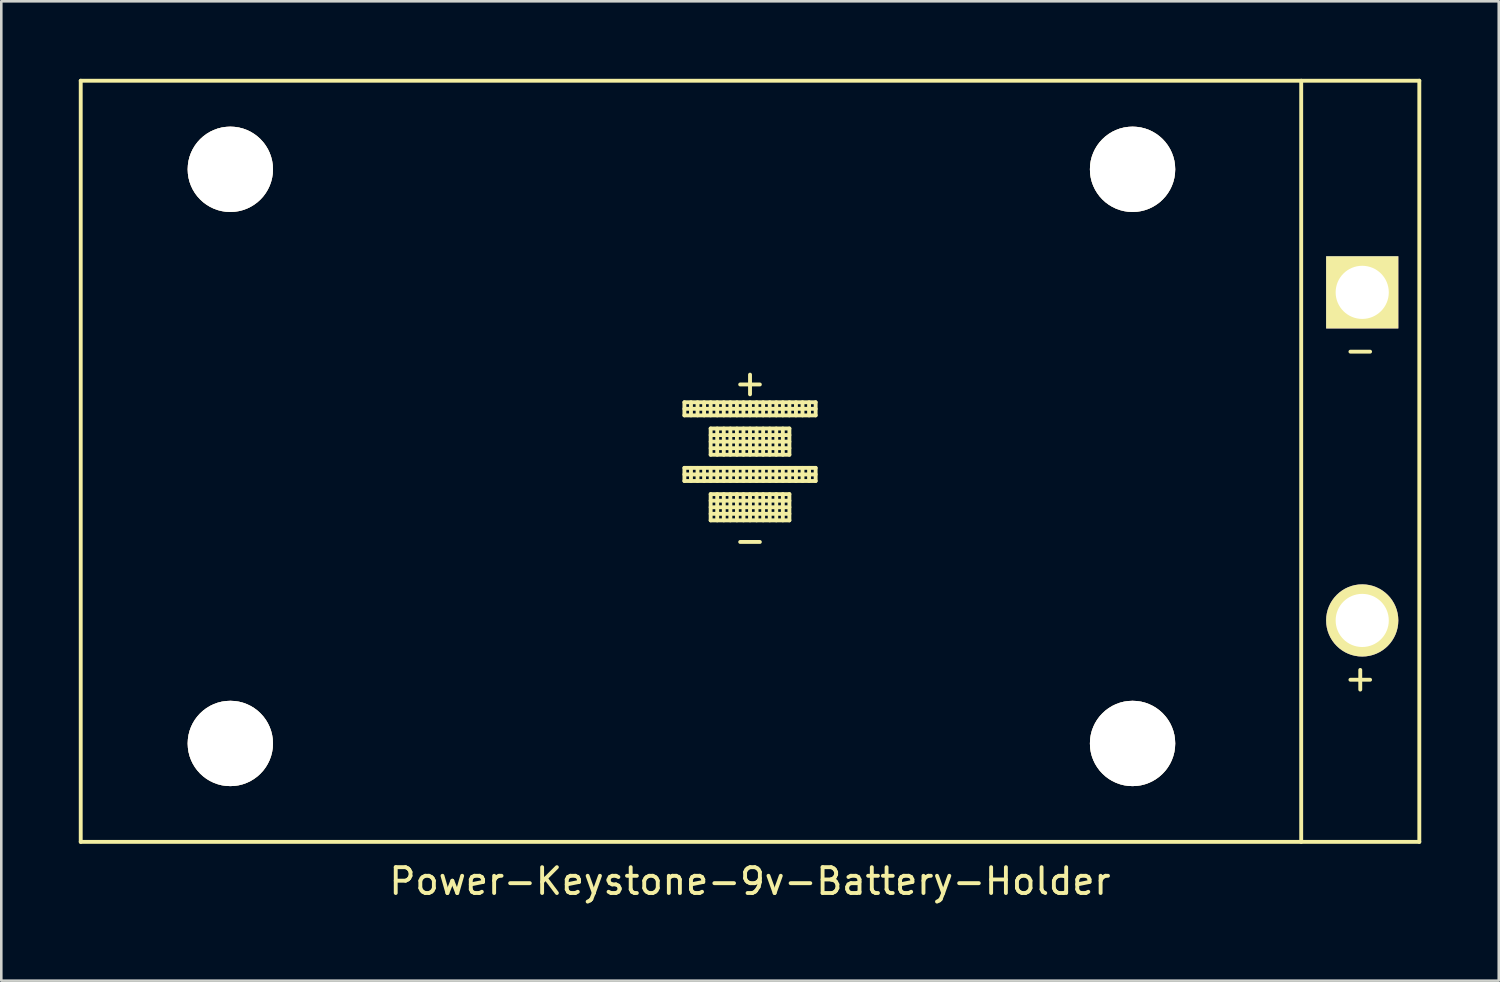
<source format=kicad_pcb>
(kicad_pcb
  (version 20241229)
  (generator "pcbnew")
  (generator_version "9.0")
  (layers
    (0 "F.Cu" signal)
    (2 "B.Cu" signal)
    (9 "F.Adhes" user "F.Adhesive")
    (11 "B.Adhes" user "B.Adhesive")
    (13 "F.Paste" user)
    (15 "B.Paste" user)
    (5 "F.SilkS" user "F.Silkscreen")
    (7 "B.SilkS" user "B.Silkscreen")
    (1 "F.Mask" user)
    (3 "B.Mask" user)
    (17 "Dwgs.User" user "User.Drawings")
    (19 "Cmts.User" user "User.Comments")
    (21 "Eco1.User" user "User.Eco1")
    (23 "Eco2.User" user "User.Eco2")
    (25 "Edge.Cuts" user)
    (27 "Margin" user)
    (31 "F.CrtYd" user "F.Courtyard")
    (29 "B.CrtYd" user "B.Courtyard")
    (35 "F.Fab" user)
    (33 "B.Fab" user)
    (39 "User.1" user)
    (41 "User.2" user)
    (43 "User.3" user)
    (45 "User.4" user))
  (footprint "Power-Keystone-9v-Battery-Holder"
    (layer "F.Cu")
    (at 25.983 14.807)
    (property "Reference" "Power-Keystone-9v-Battery-Holder" (at 0 16.256 0) (layer "F.SilkS") (effects (font (size 1 1) (thickness 0.15))))
    (attr through_hole)
    (fp_line (start -25.908 -14.732) (end 25.908 -14.732) (stroke (width 0.15) (type solid)) (layer "F.SilkS"))
    (fp_line (start -25.908 14.732) (end -25.908 -14.732) (stroke (width 0.15) (type solid)) (layer "F.SilkS"))
    (fp_line (start -2.54 -2.286) (end -2.54 -1.778) (stroke (width 0.15) (type solid)) (layer "F.SilkS"))
    (fp_line (start -2.54 -2.032) (end 2.54 -2.032) (stroke (width 0.15) (type solid)) (layer "F.SilkS"))
    (fp_line (start -2.54 -1.778) (end 2.54 -1.778) (stroke (width 0.15) (type solid)) (layer "F.SilkS"))
    (fp_line (start -2.54 0.254) (end -2.54 0.762) (stroke (width 0.15) (type solid)) (layer "F.SilkS"))
    (fp_line (start -2.54 0.508) (end 2.54 0.508) (stroke (width 0.15) (type solid)) (layer "F.SilkS"))
    (fp_line (start -2.54 0.762) (end 2.54 0.762) (stroke (width 0.15) (type solid)) (layer "F.SilkS"))
    (fp_line (start -2.286 -1.778) (end -2.286 -2.286) (stroke (width 0.15) (type solid)) (layer "F.SilkS"))
    (fp_line (start -2.286 0.762) (end -2.286 0.254) (stroke (width 0.15) (type solid)) (layer "F.SilkS"))
    (fp_line (start -2.032 -1.778) (end -2.032 -2.286) (stroke (width 0.15) (type solid)) (layer "F.SilkS"))
    (fp_line (start -2.032 0.762) (end -2.032 0.254) (stroke (width 0.15) (type solid)) (layer "F.SilkS"))
    (fp_line (start -1.778 -1.778) (end -1.778 -2.286) (stroke (width 0.15) (type solid)) (layer "F.SilkS"))
    (fp_line (start -1.778 0.762) (end -1.778 0.254) (stroke (width 0.15) (type solid)) (layer "F.SilkS"))
    (fp_line (start -1.524 -1.778) (end -1.524 -2.286) (stroke (width 0.15) (type solid)) (layer "F.SilkS"))
    (fp_line (start -1.524 -1.27) (end 1.524 -1.27) (stroke (width 0.15) (type solid)) (layer "F.SilkS"))
    (fp_line (start -1.524 -1.016) (end 1.524 -1.016) (stroke (width 0.15) (type solid)) (layer "F.SilkS"))
    (fp_line (start -1.524 -0.508) (end 1.524 -0.508) (stroke (width 0.15) (type solid)) (layer "F.SilkS"))
    (fp_line (start -1.524 -0.254) (end -1.524 -1.27) (stroke (width 0.15) (type solid)) (layer "F.SilkS"))
    (fp_line (start -1.524 0.762) (end -1.524 0.254) (stroke (width 0.15) (type solid)) (layer "F.SilkS"))
    (fp_line (start -1.524 1.27) (end -1.524 2.286) (stroke (width 0.15) (type solid)) (layer "F.SilkS"))
    (fp_line (start -1.524 1.778) (end 1.524 1.778) (stroke (width 0.15) (type solid)) (layer "F.SilkS"))
    (fp_line (start -1.524 2.286) (end 1.524 2.286) (stroke (width 0.15) (type solid)) (layer "F.SilkS"))
    (fp_line (start -1.27 -1.778) (end -1.27 -2.286) (stroke (width 0.15) (type solid)) (layer "F.SilkS"))
    (fp_line (start -1.27 -0.254) (end -1.27 -1.27) (stroke (width 0.15) (type solid)) (layer "F.SilkS"))
    (fp_line (start -1.27 0.762) (end -1.27 0.254) (stroke (width 0.15) (type solid)) (layer "F.SilkS"))
    (fp_line (start -1.27 1.27) (end -1.27 2.286) (stroke (width 0.15) (type solid)) (layer "F.SilkS"))
    (fp_line (start -1.016 -1.778) (end -1.016 -2.286) (stroke (width 0.15) (type solid)) (layer "F.SilkS"))
    (fp_line (start -1.016 -0.254) (end -1.016 -1.27) (stroke (width 0.15) (type solid)) (layer "F.SilkS"))
    (fp_line (start -1.016 0.762) (end -1.016 0.254) (stroke (width 0.15) (type solid)) (layer "F.SilkS"))
    (fp_line (start -1.016 2.286) (end -1.016 1.27) (stroke (width 0.15) (type solid)) (layer "F.SilkS"))
    (fp_line (start -0.762 -1.778) (end -0.762 -2.286) (stroke (width 0.15) (type solid)) (layer "F.SilkS"))
    (fp_line (start -0.762 -0.254) (end -0.762 -1.27) (stroke (width 0.15) (type solid)) (layer "F.SilkS"))
    (fp_line (start -0.762 0.762) (end -0.762 0.254) (stroke (width 0.15) (type solid)) (layer "F.SilkS"))
    (fp_line (start -0.762 2.286) (end -0.762 1.27) (stroke (width 0.15) (type solid)) (layer "F.SilkS"))
    (fp_line (start -0.508 -1.778) (end -0.508 -2.286) (stroke (width 0.15) (type solid)) (layer "F.SilkS"))
    (fp_line (start -0.508 -0.254) (end -0.508 -1.27) (stroke (width 0.15) (type solid)) (layer "F.SilkS"))
    (fp_line (start -0.508 0.762) (end -0.508 0.254) (stroke (width 0.15) (type solid)) (layer "F.SilkS"))
    (fp_line (start -0.508 2.286) (end -0.508 1.27) (stroke (width 0.15) (type solid)) (layer "F.SilkS"))
    (fp_line (start -0.254 -1.778) (end -0.254 -2.286) (stroke (width 0.15) (type solid)) (layer "F.SilkS"))
    (fp_line (start -0.254 -0.254) (end -0.254 -1.27) (stroke (width 0.15) (type solid)) (layer "F.SilkS"))
    (fp_line (start -0.254 0.762) (end -0.254 0.254) (stroke (width 0.15) (type solid)) (layer "F.SilkS"))
    (fp_line (start -0.254 2.286) (end -0.254 1.27) (stroke (width 0.15) (type solid)) (layer "F.SilkS"))
    (fp_line (start 0 -1.778) (end 0 -2.286) (stroke (width 0.15) (type solid)) (layer "F.SilkS"))
    (fp_line (start 0 -0.254) (end 0 -1.27) (stroke (width 0.15) (type solid)) (layer "F.SilkS"))
    (fp_line (start 0 0.762) (end 0 0.254) (stroke (width 0.15) (type solid)) (layer "F.SilkS"))
    (fp_line (start 0 2.286) (end 0 1.27) (stroke (width 0.15) (type solid)) (layer "F.SilkS"))
    (fp_line (start 0.254 -1.778) (end 0.254 -2.286) (stroke (width 0.15) (type solid)) (layer "F.SilkS"))
    (fp_line (start 0.254 -0.254) (end 0.254 -1.27) (stroke (width 0.15) (type solid)) (layer "F.SilkS"))
    (fp_line (start 0.254 0.762) (end 0.254 0.254) (stroke (width 0.15) (type solid)) (layer "F.SilkS"))
    (fp_line (start 0.254 2.286) (end 0.254 1.27) (stroke (width 0.15) (type solid)) (layer "F.SilkS"))
    (fp_line (start 0.508 -1.778) (end 0.508 -2.286) (stroke (width 0.15) (type solid)) (layer "F.SilkS"))
    (fp_line (start 0.508 -0.254) (end 0.508 -1.27) (stroke (width 0.15) (type solid)) (layer "F.SilkS"))
    (fp_line (start 0.508 0.762) (end 0.508 0.254) (stroke (width 0.15) (type solid)) (layer "F.SilkS"))
    (fp_line (start 0.508 2.286) (end 0.508 1.27) (stroke (width 0.15) (type solid)) (layer "F.SilkS"))
    (fp_line (start 0.762 -1.778) (end 0.762 -2.286) (stroke (width 0.15) (type solid)) (layer "F.SilkS"))
    (fp_line (start 0.762 -0.254) (end 0.762 -1.27) (stroke (width 0.15) (type solid)) (layer "F.SilkS"))
    (fp_line (start 0.762 0.762) (end 0.762 0.254) (stroke (width 0.15) (type solid)) (layer "F.SilkS"))
    (fp_line (start 0.762 2.286) (end 0.762 1.27) (stroke (width 0.15) (type solid)) (layer "F.SilkS"))
    (fp_line (start 1.016 -1.778) (end 1.016 -2.286) (stroke (width 0.15) (type solid)) (layer "F.SilkS"))
    (fp_line (start 1.016 -0.254) (end 1.016 -1.27) (stroke (width 0.15) (type solid)) (layer "F.SilkS"))
    (fp_line (start 1.016 0.762) (end 1.016 0.254) (stroke (width 0.15) (type solid)) (layer "F.SilkS"))
    (fp_line (start 1.016 2.286) (end 1.016 1.27) (stroke (width 0.15) (type solid)) (layer "F.SilkS"))
    (fp_line (start 1.27 -1.778) (end 1.27 -2.286) (stroke (width 0.15) (type solid)) (layer "F.SilkS"))
    (fp_line (start 1.27 -0.254) (end 1.27 -1.27) (stroke (width 0.15) (type solid)) (layer "F.SilkS"))
    (fp_line (start 1.27 0.762) (end 1.27 0.254) (stroke (width 0.15) (type solid)) (layer "F.SilkS"))
    (fp_line (start 1.27 2.286) (end 1.27 1.27) (stroke (width 0.15) (type solid)) (layer "F.SilkS"))
    (fp_line (start 1.524 -1.778) (end 1.524 -2.286) (stroke (width 0.15) (type solid)) (layer "F.SilkS"))
    (fp_line (start 1.524 -1.27) (end 1.524 -0.254) (stroke (width 0.15) (type solid)) (layer "F.SilkS"))
    (fp_line (start 1.524 -0.762) (end -1.524 -0.762) (stroke (width 0.15) (type solid)) (layer "F.SilkS"))
    (fp_line (start 1.524 -0.254) (end -1.524 -0.254) (stroke (width 0.15) (type solid)) (layer "F.SilkS"))
    (fp_line (start 1.524 0.762) (end 1.524 0.254) (stroke (width 0.15) (type solid)) (layer "F.SilkS"))
    (fp_line (start 1.524 1.27) (end -1.524 1.27) (stroke (width 0.15) (type solid)) (layer "F.SilkS"))
    (fp_line (start 1.524 1.524) (end -1.524 1.524) (stroke (width 0.15) (type solid)) (layer "F.SilkS"))
    (fp_line (start 1.524 2.032) (end -1.524 2.032) (stroke (width 0.15) (type solid)) (layer "F.SilkS"))
    (fp_line (start 1.524 2.286) (end 1.524 1.27) (stroke (width 0.15) (type solid)) (layer "F.SilkS"))
    (fp_line (start 1.778 -1.778) (end 1.778 -2.286) (stroke (width 0.15) (type solid)) (layer "F.SilkS"))
    (fp_line (start 1.778 0.762) (end 1.778 0.254) (stroke (width 0.15) (type solid)) (layer "F.SilkS"))
    (fp_line (start 2.032 -1.778) (end 2.032 -2.286) (stroke (width 0.15) (type solid)) (layer "F.SilkS"))
    (fp_line (start 2.032 0.762) (end 2.032 0.254) (stroke (width 0.15) (type solid)) (layer "F.SilkS"))
    (fp_line (start 2.286 -1.778) (end 2.286 -2.286) (stroke (width 0.15) (type solid)) (layer "F.SilkS"))
    (fp_line (start 2.286 0.762) (end 2.286 0.254) (stroke (width 0.15) (type solid)) (layer "F.SilkS"))
    (fp_line (start 2.54 -2.286) (end -2.54 -2.286) (stroke (width 0.15) (type solid)) (layer "F.SilkS"))
    (fp_line (start 2.54 -1.778) (end 2.54 -2.286) (stroke (width 0.15) (type solid)) (layer "F.SilkS"))
    (fp_line (start 2.54 0.254) (end -2.54 0.254) (stroke (width 0.15) (type solid)) (layer "F.SilkS"))
    (fp_line (start 2.54 0.762) (end 2.54 0.254) (stroke (width 0.15) (type solid)) (layer "F.SilkS"))
    (fp_line (start 21.336 -14.732) (end 21.336 14.732) (stroke (width 0.15) (type solid)) (layer "F.SilkS"))
    (fp_line (start 25.908 14.732) (end -25.908 14.732) (stroke (width 0.15) (type solid)) (layer "F.SilkS"))
    (fp_line (start 25.908 14.732) (end 25.908 -14.732) (stroke (width 0.15) (type solid)) (layer "F.SilkS"))
    (fp_text user "-" (at 23.622 -4.318 0) (layer "F.SilkS") (effects (font (size 1 1) (thickness 0.15))))
    (fp_text user "+" (at 0 -3.048 0) (layer "F.SilkS") (effects (font (size 1 1) (thickness 0.15))))
    (fp_text user "+" (at 23.622 8.382 0) (layer "F.SilkS") (effects (font (size 1 1) (thickness 0.15))))
    (fp_text user "-" (at 0 3.048 0) (layer "F.SilkS") (effects (font (size 1 1) (thickness 0.15))))
    (pad "1" thru_hole circle (at -20.117 -11.303) (size 3.302 3.302) (drill 3.302) (layers "*.Cu" "*.Mask" "F.SilkS"))
    (pad "2" thru_hole circle (at 14.808 -11.303) (size 3.302 3.302) (drill 3.302) (layers "*.Cu" "*.Mask" "F.SilkS"))
    (pad "3" thru_hole circle (at -20.117 10.922) (size 3.302 3.302) (drill 3.302) (layers "*.Cu" "*.Mask" "F.SilkS"))
    (pad "4" thru_hole circle (at 14.808 10.922) (size 3.302 3.302) (drill 3.302) (layers "*.Cu" "*.Mask" "F.SilkS"))
    (pad "5" thru_hole rect (at 23.698 -6.54) (size 2.794 2.794) (drill 2.057) (layers "*.Cu" "*.Mask" "F.SilkS"))
    (pad "6" thru_hole circle (at 23.698 6.16) (size 2.794 2.794) (drill 2.057) (layers "*.Cu" "*.Mask" "F.SilkS")))
  (gr_rect
    (start -3 -3)
    (end 54.966 34.911)
    (stroke (width 0.1) (type default))
    (fill no)
    (layer "Edge.Cuts")))
</source>
